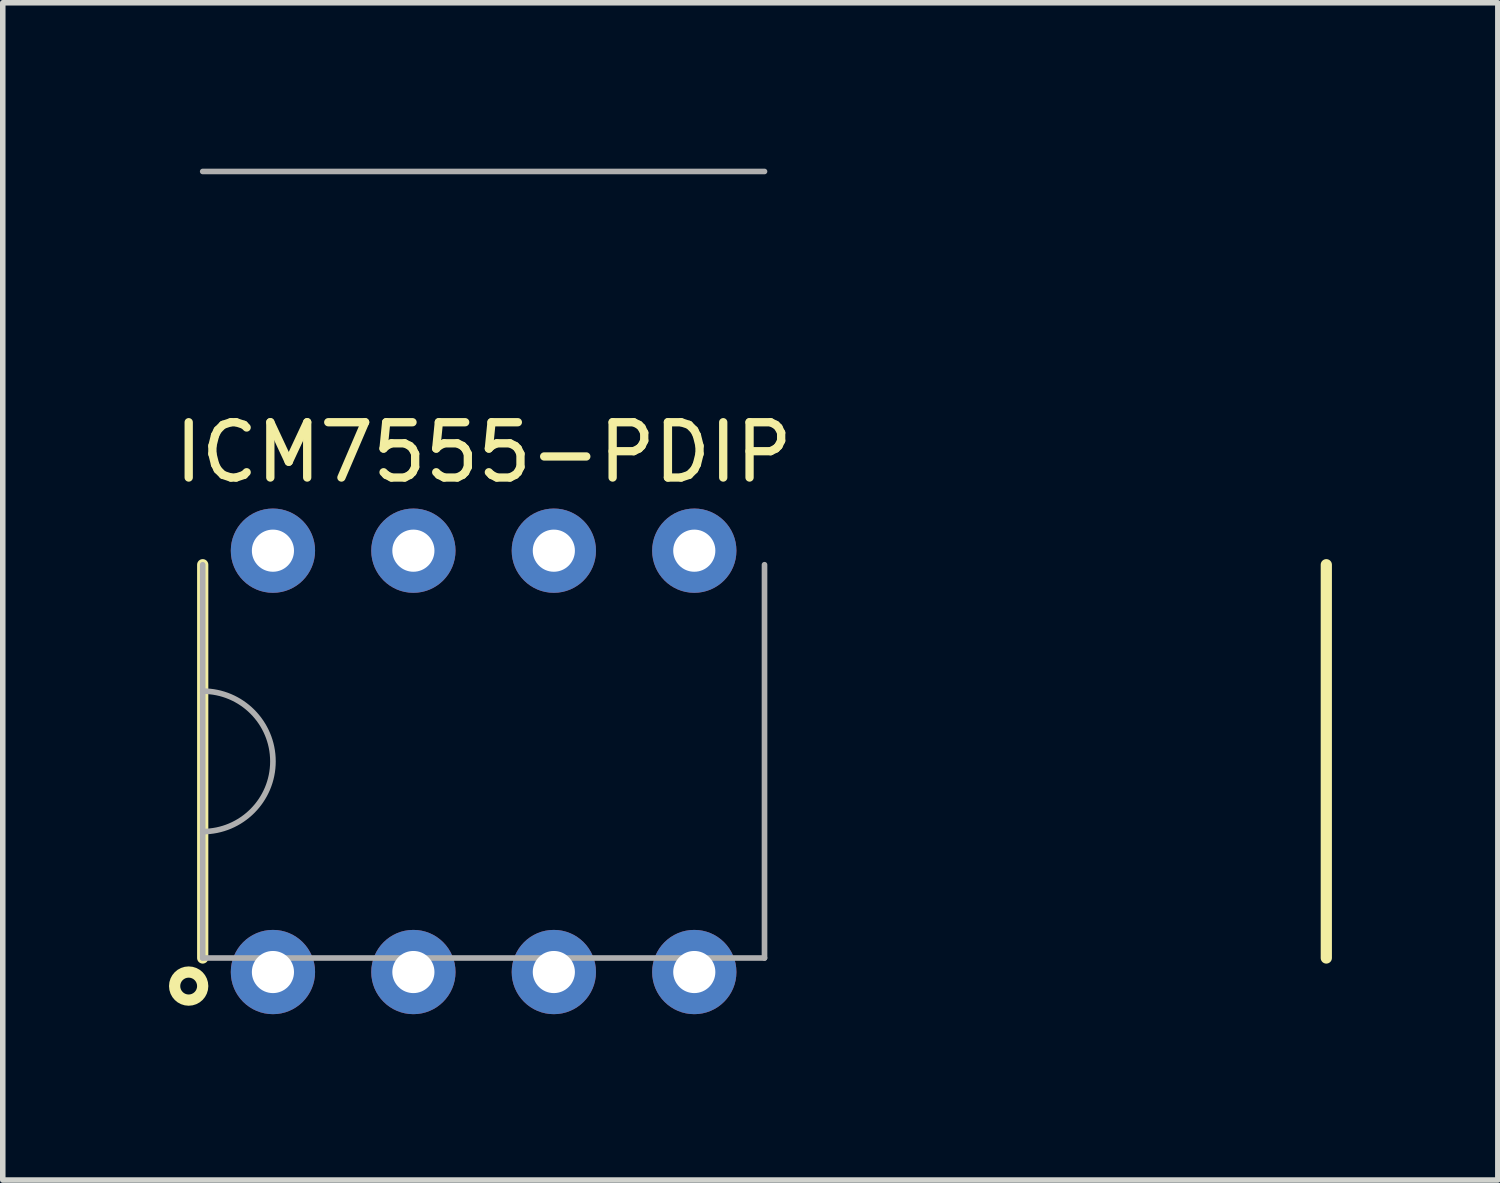
<source format=kicad_pcb>
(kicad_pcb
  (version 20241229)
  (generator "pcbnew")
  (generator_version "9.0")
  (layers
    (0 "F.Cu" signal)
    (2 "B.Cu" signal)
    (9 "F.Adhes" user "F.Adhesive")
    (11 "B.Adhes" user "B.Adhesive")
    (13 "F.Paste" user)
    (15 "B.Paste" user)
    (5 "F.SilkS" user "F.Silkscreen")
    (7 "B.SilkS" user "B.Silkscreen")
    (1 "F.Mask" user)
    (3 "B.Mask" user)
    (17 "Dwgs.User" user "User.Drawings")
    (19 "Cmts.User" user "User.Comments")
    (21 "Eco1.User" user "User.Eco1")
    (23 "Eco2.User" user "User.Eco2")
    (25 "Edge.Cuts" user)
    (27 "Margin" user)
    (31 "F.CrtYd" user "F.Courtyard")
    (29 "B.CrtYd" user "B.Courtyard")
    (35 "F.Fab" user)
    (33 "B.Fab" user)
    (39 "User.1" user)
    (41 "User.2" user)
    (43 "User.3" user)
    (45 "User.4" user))
  (footprint "ICM7555-PDIP"
    (layer "F.Cu")
    (at 5.696 10.719)
    (property "Reference" "ICM7555-PDIP" (at 0 -5.588 0) (layer "F.SilkS") (effects (font (size 1 1) (thickness 0.15))))
    (attr through_hole)
    (fp_line (start -5.08 3.556) (end -5.08 -3.556) (stroke (width 0.203) (type solid)) (layer "F.SilkS"))
    (fp_line (start 15.24 3.556) (end 15.24 -3.556) (stroke (width 0.203) (type solid)) (layer "F.SilkS"))
    (fp_circle (center -5.334 4.064) (end -5.08 4.064) (stroke (width 0.203) (type solid)) (fill no) (layer "F.SilkS"))
    (fp_line (start -5.08 3.556) (end -5.08 -3.556) (stroke (width 0.102) (type solid)) (layer "F.Fab"))
    (fp_line (start 5.08 -10.668) (end -5.08 -10.668) (stroke (width 0.102) (type solid)) (layer "F.Fab"))
    (fp_line (start 5.08 3.556) (end -5.08 3.556) (stroke (width 0.102) (type solid)) (layer "F.Fab"))
    (fp_line (start 5.08 3.556) (end 5.08 -3.556) (stroke (width 0.102) (type solid)) (layer "F.Fab"))
    (fp_arc (start -5.08 -1.27) (mid -3.81 0) (end -5.08 1.27) (stroke (width 0.1016) (type solid)) (layer "F.Fab"))
    (pad "1" thru_hole circle (at -3.81 3.81) (size 1.524 1.524) (drill 0.762) (layers "*.Cu" "*.Mask"))
    (pad "2" thru_hole circle (at -1.27 3.81) (size 1.524 1.524) (drill 0.762) (layers "*.Cu" "*.Mask"))
    (pad "3" thru_hole circle (at 1.27 3.81) (size 1.524 1.524) (drill 0.762) (layers "*.Cu" "*.Mask"))
    (pad "4" thru_hole circle (at 3.81 3.81) (size 1.524 1.524) (drill 0.762) (layers "*.Cu" "*.Mask"))
    (pad "5" thru_hole circle (at 3.81 -3.81) (size 1.524 1.524) (drill 0.762) (layers "*.Cu" "*.Mask"))
    (pad "6" thru_hole circle (at 1.27 -3.81) (size 1.524 1.524) (drill 0.762) (layers "*.Cu" "*.Mask"))
    (pad "7" thru_hole circle (at -1.27 -3.81) (size 1.524 1.524) (drill 0.762) (layers "*.Cu" "*.Mask"))
    (pad "8" thru_hole circle (at -3.81 -3.81) (size 1.524 1.524) (drill 0.762) (layers "*.Cu" "*.Mask")))
  (gr_rect
    (start -3 -3)
    (end 24.038 18.291)
    (stroke (width 0.1) (type default))
    (fill no)
    (layer "Edge.Cuts")))
</source>
